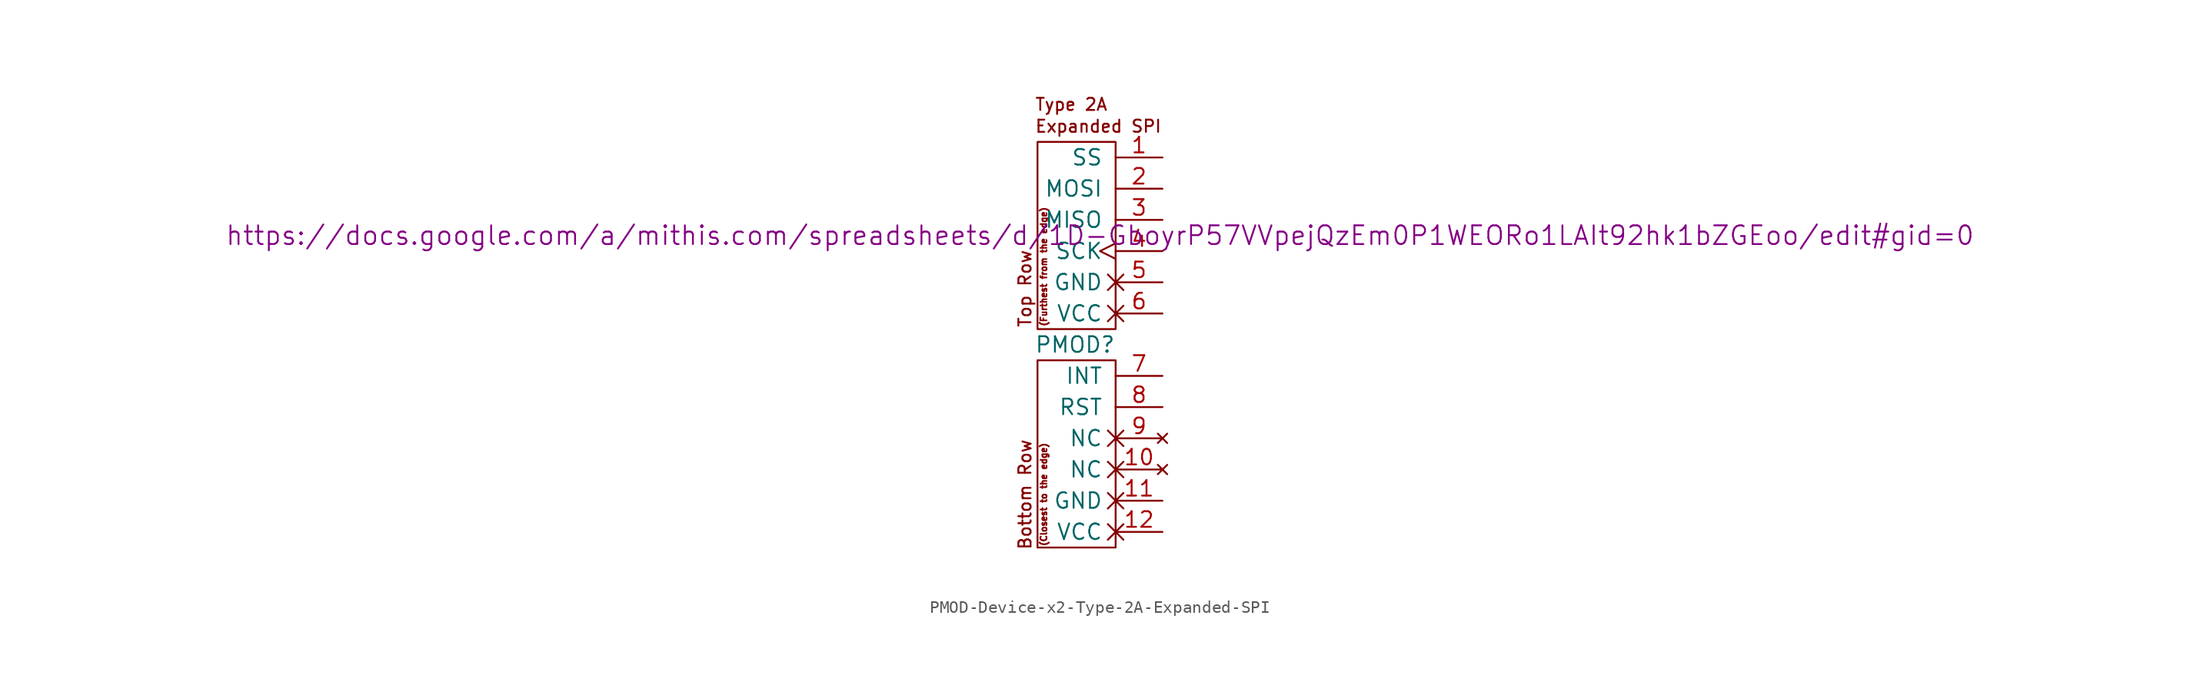
<source format=kicad_sym>
(kicad_symbol_lib
  (version 20211014)
  (generator kicad_symbol_editor)
  (symbol "PMOD-Device-x2-Type-2A-Expanded-SPI"
    (pin_names
      (offset 1.016))
    (property "Reference" "PMOD"
      (at -3.302 -1.27 0)
      (effects (font (size 1.27 1.27))))
    (property "Datasheet" "https://docs.google.com/a/mithis.com/spreadsheets/d/1D-GboyrP57VVpejQzEm0P1WEORo1LAIt92hk1bZGEoo/edit#gid=0"
      (at -1.27 7.62 0)
      (effects (font (size 1.524 1.524))))
    (symbol "PMOD-Device-x2-Type-2A-Expanded-SPI_0_0"
      (text "(Closest to the edge)" (at -5.842 -13.462 900) (effects (font (size 0.508 0.508))))
      (text "(Furthest from the edge)" (at -5.842 5.08 900) (effects (font (size 0.508 0.508))))
      (text "Bottom Row" (at -7.366 -13.462 900) (effects (font (size 0.991 0.991))))
      (text "Expanded SPI" (at -6.604 16.51 0) (effects (font (size 0.991 0.991)) (justify left)))
      (text "Top Row" (at -7.366 3.302 900) (effects (font (size 0.991 0.991))))
      (text "Type 2A" (at -6.604 18.288 0) (effects (font (size 0.991 0.991)) (justify left))))
    (symbol "PMOD-Device-x2-Type-2A-Expanded-SPI_0_1"
      (rectangle (start -6.35 -2.54) (end 0 -17.78) (stroke (width 0) (type default) (color 0 0 0 0)) (fill (type none)))
      (rectangle (start 0 15.24) (end -6.35 0) (stroke (width 0) (type default) (color 0 0 0 0)) (fill (type none))))
    (symbol "PMOD-Device-x2-Type-2A-Expanded-SPI_1_1"
      (pin output line (at 3.81 13.97 180) (length 3.81) (name "SS" (effects (font (size 1.27 1.27)))) (number "1" (effects (font (size 1.27 1.27)))))
      (pin no_connect non_logic (at 3.81 -11.43 180) (length 3.81) (name "NC" (effects (font (size 1.27 1.27)))) (number "10" (effects (font (size 1.27 1.27)))))
      (pin power_out non_logic (at 3.81 -13.97 180) (length 3.81) (name "GND" (effects (font (size 1.27 1.27)))) (number "11" (effects (font (size 1.27 1.27)))))
      (pin power_out non_logic (at 3.81 -16.51 180) (length 3.81) (name "VCC" (effects (font (size 1.27 1.27)))) (number "12" (effects (font (size 1.27 1.27)))))
      (pin output line (at 3.81 11.43 180) (length 3.81) (name "MOSI" (effects (font (size 1.27 1.27)))) (number "2" (effects (font (size 1.27 1.27)))))
      (pin input line (at 3.81 8.89 180) (length 3.81) (name "MISO" (effects (font (size 1.27 1.27)))) (number "3" (effects (font (size 1.27 1.27)))))
      (pin output clock (at 3.81 6.35 180) (length 3.81) (name "SCK" (effects (font (size 1.27 1.27)))) (number "4" (effects (font (size 1.27 1.27)))))
      (pin power_out non_logic (at 3.81 3.81 180) (length 3.81) (name "GND" (effects (font (size 1.27 1.27)))) (number "5" (effects (font (size 1.27 1.27)))))
      (pin power_out non_logic (at 3.81 1.27 180) (length 3.81) (name "VCC" (effects (font (size 1.27 1.27)))) (number "6" (effects (font (size 1.27 1.27)))))
      (pin input line (at 3.81 -3.81 180) (length 3.81) (name "INT" (effects (font (size 1.27 1.27)))) (number "7" (effects (font (size 1.27 1.27)))))
      (pin output line (at 3.81 -6.35 180) (length 3.81) (name "RST" (effects (font (size 1.27 1.27)))) (number "8" (effects (font (size 1.27 1.27)))))
      (pin no_connect non_logic (at 3.81 -8.89 180) (length 3.81) (name "NC" (effects (font (size 1.27 1.27)))) (number "9" (effects (font (size 1.27 1.27))))))))
</source>
